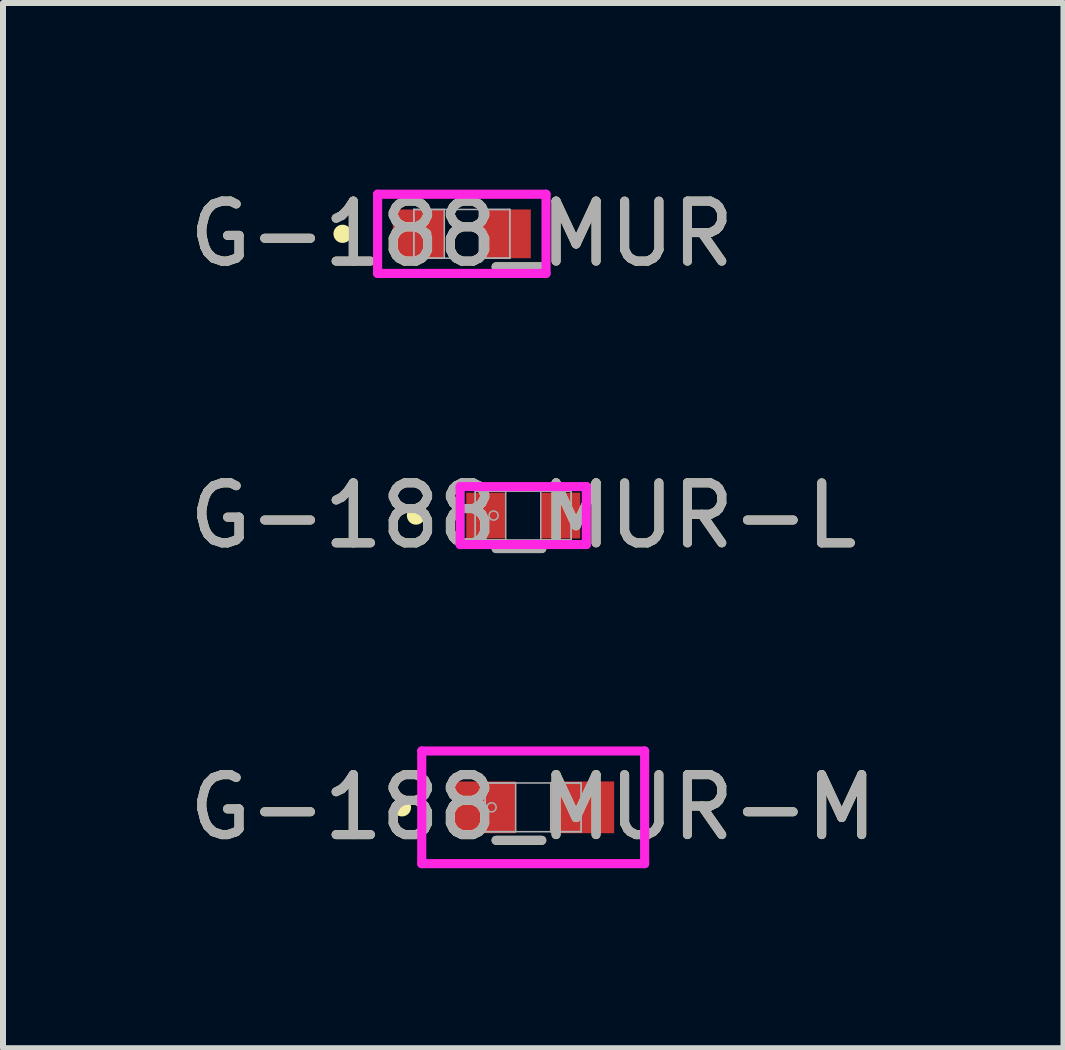
<source format=kicad_pcb>
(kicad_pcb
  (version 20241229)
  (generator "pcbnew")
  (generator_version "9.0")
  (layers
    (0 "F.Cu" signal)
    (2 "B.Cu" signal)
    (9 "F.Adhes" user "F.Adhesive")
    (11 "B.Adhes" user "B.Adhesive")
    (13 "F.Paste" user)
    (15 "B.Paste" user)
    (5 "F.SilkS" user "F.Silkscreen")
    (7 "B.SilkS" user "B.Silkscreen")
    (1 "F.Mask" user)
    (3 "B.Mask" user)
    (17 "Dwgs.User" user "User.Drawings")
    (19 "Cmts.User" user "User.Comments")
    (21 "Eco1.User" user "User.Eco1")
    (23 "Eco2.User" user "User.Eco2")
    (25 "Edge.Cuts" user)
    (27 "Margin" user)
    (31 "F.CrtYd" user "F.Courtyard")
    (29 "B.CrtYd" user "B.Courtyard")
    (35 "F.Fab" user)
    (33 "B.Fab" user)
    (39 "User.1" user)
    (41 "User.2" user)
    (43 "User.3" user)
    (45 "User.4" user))
  (footprint "G-188_MUR"
    (layer "F.Cu")
    (at 4.649 0.848)
    (property "Reference" "G-188_MUR" (at 0 0 0) (unlocked yes) (layer "F.SilkS") (effects (font (size 1 1) (thickness 0.15))))
    (attr smd)
    (fp_circle (center -1.988 0) (end -1.912 0) (stroke (width 0.152) (type solid)) (fill no) (layer "F.SilkS"))
    (fp_line (start -1.404 -0.66) (end 1.404 -0.66) (stroke (width 0.152) (type solid)) (layer "F.CrtYd"))
    (fp_line (start -1.404 0.66) (end -1.404 -0.66) (stroke (width 0.152) (type solid)) (layer "F.CrtYd"))
    (fp_line (start 1.404 -0.66) (end 1.404 0.66) (stroke (width 0.152) (type solid)) (layer "F.CrtYd"))
    (fp_line (start 1.404 0.66) (end -1.404 0.66) (stroke (width 0.152) (type solid)) (layer "F.CrtYd"))
    (fp_line (start -0.8 -0.406) (end -0.8 0.406) (stroke (width 0.025) (type solid)) (layer "F.Fab"))
    (fp_line (start -0.8 -0.406) (end -0.8 0.406) (stroke (width 0.025) (type solid)) (layer "F.Fab"))
    (fp_line (start -0.8 0.406) (end -0.292 0.406) (stroke (width 0.025) (type solid)) (layer "F.Fab"))
    (fp_line (start -0.8 0.406) (end 0.8 0.406) (stroke (width 0.025) (type solid)) (layer "F.Fab"))
    (fp_line (start -0.292 -0.406) (end -0.8 -0.406) (stroke (width 0.025) (type solid)) (layer "F.Fab"))
    (fp_line (start -0.292 0.406) (end -0.292 -0.406) (stroke (width 0.025) (type solid)) (layer "F.Fab"))
    (fp_line (start 0.292 -0.406) (end 0.292 0.406) (stroke (width 0.025) (type solid)) (layer "F.Fab"))
    (fp_line (start 0.292 0.406) (end 0.8 0.406) (stroke (width 0.025) (type solid)) (layer "F.Fab"))
    (fp_line (start 0.8 -0.406) (end -0.8 -0.406) (stroke (width 0.025) (type solid)) (layer "F.Fab"))
    (fp_line (start 0.8 -0.406) (end 0.292 -0.406) (stroke (width 0.025) (type solid)) (layer "F.Fab"))
    (fp_line (start 0.8 0.406) (end 0.8 -0.406) (stroke (width 0.025) (type solid)) (layer "F.Fab"))
    (fp_line (start 0.8 0.406) (end 0.8 -0.406) (stroke (width 0.025) (type solid)) (layer "F.Fab"))
    (fp_circle (center -0.594 0) (end -0.518 0) (stroke (width 0.025) (type solid)) (fill no) (layer "F.Fab"))
    (fp_text user "${REFERENCE}" (at 0 0 0) (unlocked yes) (layer "F.Fab") (effects (font (size 1 1) (thickness 0.15))))
    (pad "1" smd rect (at -0.721 0) (size 0.858 0.813) (layers "F.Cu" "F.Mask" "F.Paste"))
    (pad "2" smd rect (at 0.721 0) (size 0.858 0.813) (layers "F.Cu" "F.Mask" "F.Paste"))
    (zone (net_name "") (layer "F.Cu") (hatch full 0.508) (connect_pads) (min_thickness 0.254) (filled_areas_thickness no) (keepout (tracks not_allowed) (vias not_allowed) (pads allowed) (copperpour not_allowed) (footprints allowed)) (placement (enabled no)) (fill) (polygon (pts (xy 4.408 0.493) (xy 4.89 0.493) (xy 4.89 1.204) (xy 4.408 1.204)))))
  (footprint "G-188_MUR-M"
    (layer "F.Cu")
    (at 5.839 10.409)
    (property "Reference" "G-188_MUR-M" (at 0 0 0) (unlocked yes) (layer "F.SilkS") (effects (font (size 1 1) (thickness 0.15))))
    (attr smd)
    (fp_circle (center -2.188 0) (end -2.112 0) (stroke (width 0.152) (type solid)) (fill no) (layer "F.SilkS"))
    (fp_line (start -1.858 -0.939) (end 1.858 -0.939) (stroke (width 0.152) (type solid)) (layer "F.CrtYd"))
    (fp_line (start -1.858 0.939) (end -1.858 -0.939) (stroke (width 0.152) (type solid)) (layer "F.CrtYd"))
    (fp_line (start 1.858 -0.939) (end 1.858 0.939) (stroke (width 0.152) (type solid)) (layer "F.CrtYd"))
    (fp_line (start 1.858 0.939) (end -1.858 0.939) (stroke (width 0.152) (type solid)) (layer "F.CrtYd"))
    (fp_line (start -0.8 -0.406) (end -0.8 0.406) (stroke (width 0.025) (type solid)) (layer "F.Fab"))
    (fp_line (start -0.8 -0.406) (end -0.8 0.406) (stroke (width 0.025) (type solid)) (layer "F.Fab"))
    (fp_line (start -0.8 0.406) (end -0.292 0.406) (stroke (width 0.025) (type solid)) (layer "F.Fab"))
    (fp_line (start -0.8 0.406) (end 0.8 0.406) (stroke (width 0.025) (type solid)) (layer "F.Fab"))
    (fp_line (start -0.292 -0.406) (end -0.8 -0.406) (stroke (width 0.025) (type solid)) (layer "F.Fab"))
    (fp_line (start -0.292 0.406) (end -0.292 -0.406) (stroke (width 0.025) (type solid)) (layer "F.Fab"))
    (fp_line (start 0.292 -0.406) (end 0.292 0.406) (stroke (width 0.025) (type solid)) (layer "F.Fab"))
    (fp_line (start 0.292 0.406) (end 0.8 0.406) (stroke (width 0.025) (type solid)) (layer "F.Fab"))
    (fp_line (start 0.8 -0.406) (end -0.8 -0.406) (stroke (width 0.025) (type solid)) (layer "F.Fab"))
    (fp_line (start 0.8 -0.406) (end 0.292 -0.406) (stroke (width 0.025) (type solid)) (layer "F.Fab"))
    (fp_line (start 0.8 0.406) (end 0.8 -0.406) (stroke (width 0.025) (type solid)) (layer "F.Fab"))
    (fp_line (start 0.8 0.406) (end 0.8 -0.406) (stroke (width 0.025) (type solid)) (layer "F.Fab"))
    (fp_circle (center -0.694 0) (end -0.618 0) (stroke (width 0.025) (type solid)) (fill no) (layer "F.Fab"))
    (fp_text user "${REFERENCE}" (at 0 0 0) (unlocked yes) (layer "F.Fab") (effects (font (size 1 1) (thickness 0.15))))
    (pad "1" smd rect (at -0.821 0) (size 1.058 0.863) (layers "F.Cu" "F.Mask" "F.Paste"))
    (pad "2" smd rect (at 0.821 0) (size 1.058 0.863) (layers "F.Cu" "F.Mask" "F.Paste"))
    (zone (net_name "") (layer "F.Cu") (hatch full 0.508) (connect_pads) (min_thickness 0.254) (filled_areas_thickness no) (keepout (tracks not_allowed) (vias not_allowed) (pads allowed) (copperpour not_allowed) (footprints allowed)) (placement (enabled no)) (fill) (polygon (pts (xy 5.598 10.053) (xy 6.081 10.053) (xy 6.081 10.764) (xy 5.598 10.764)))))
  (footprint "G-188_MUR-L"
    (layer "F.Cu")
    (at 5.673 5.545)
    (property "Reference" "G-188_MUR-L" (at 0 0 0) (unlocked yes) (layer "F.SilkS") (effects (font (size 1 1) (thickness 0.15))))
    (attr smd)
    (fp_circle (center -1.788 0) (end -1.712 0) (stroke (width 0.152) (type solid)) (fill no) (layer "F.SilkS"))
    (fp_line (start -1.052 -0.483) (end 1.052 -0.483) (stroke (width 0.152) (type solid)) (layer "F.CrtYd"))
    (fp_line (start -1.052 0.483) (end -1.052 -0.483) (stroke (width 0.152) (type solid)) (layer "F.CrtYd"))
    (fp_line (start 1.052 -0.483) (end 1.052 0.483) (stroke (width 0.152) (type solid)) (layer "F.CrtYd"))
    (fp_line (start 1.052 0.483) (end -1.052 0.483) (stroke (width 0.152) (type solid)) (layer "F.CrtYd"))
    (fp_line (start -0.8 -0.406) (end -0.8 0.406) (stroke (width 0.025) (type solid)) (layer "F.Fab"))
    (fp_line (start -0.8 -0.406) (end -0.8 0.406) (stroke (width 0.025) (type solid)) (layer "F.Fab"))
    (fp_line (start -0.8 0.406) (end -0.292 0.406) (stroke (width 0.025) (type solid)) (layer "F.Fab"))
    (fp_line (start -0.8 0.406) (end 0.8 0.406) (stroke (width 0.025) (type solid)) (layer "F.Fab"))
    (fp_line (start -0.292 -0.406) (end -0.8 -0.406) (stroke (width 0.025) (type solid)) (layer "F.Fab"))
    (fp_line (start -0.292 0.406) (end -0.292 -0.406) (stroke (width 0.025) (type solid)) (layer "F.Fab"))
    (fp_line (start 0.292 -0.406) (end 0.292 0.406) (stroke (width 0.025) (type solid)) (layer "F.Fab"))
    (fp_line (start 0.292 0.406) (end 0.8 0.406) (stroke (width 0.025) (type solid)) (layer "F.Fab"))
    (fp_line (start 0.8 -0.406) (end -0.8 -0.406) (stroke (width 0.025) (type solid)) (layer "F.Fab"))
    (fp_line (start 0.8 -0.406) (end 0.292 -0.406) (stroke (width 0.025) (type solid)) (layer "F.Fab"))
    (fp_line (start 0.8 0.406) (end 0.8 -0.406) (stroke (width 0.025) (type solid)) (layer "F.Fab"))
    (fp_line (start 0.8 0.406) (end 0.8 -0.406) (stroke (width 0.025) (type solid)) (layer "F.Fab"))
    (fp_circle (center -0.494 0) (end -0.418 0) (stroke (width 0.025) (type solid)) (fill no) (layer "F.Fab"))
    (fp_text user "${REFERENCE}" (at 0 0 0) (unlocked yes) (layer "F.Fab") (effects (font (size 1 1) (thickness 0.15))))
    (pad "1" smd rect (at -0.621 0) (size 0.658 0.763) (layers "F.Cu" "F.Mask" "F.Paste"))
    (pad "2" smd rect (at 0.621 0) (size 0.658 0.763) (layers "F.Cu" "F.Mask" "F.Paste"))
    (zone (net_name "") (layer "F.Cu") (hatch full 0.508) (connect_pads) (min_thickness 0.254) (filled_areas_thickness no) (keepout (tracks not_allowed) (vias not_allowed) (pads allowed) (copperpour not_allowed) (footprints allowed)) (placement (enabled no)) (fill) (polygon (pts (xy 5.431 5.189) (xy 5.914 5.189) (xy 5.914 5.9) (xy 5.431 5.9)))))
  (gr_rect
    (start -3 -3)
    (end 14.679 14.424)
    (stroke (width 0.1) (type default))
    (fill no)
    (layer "Edge.Cuts")))
</source>
